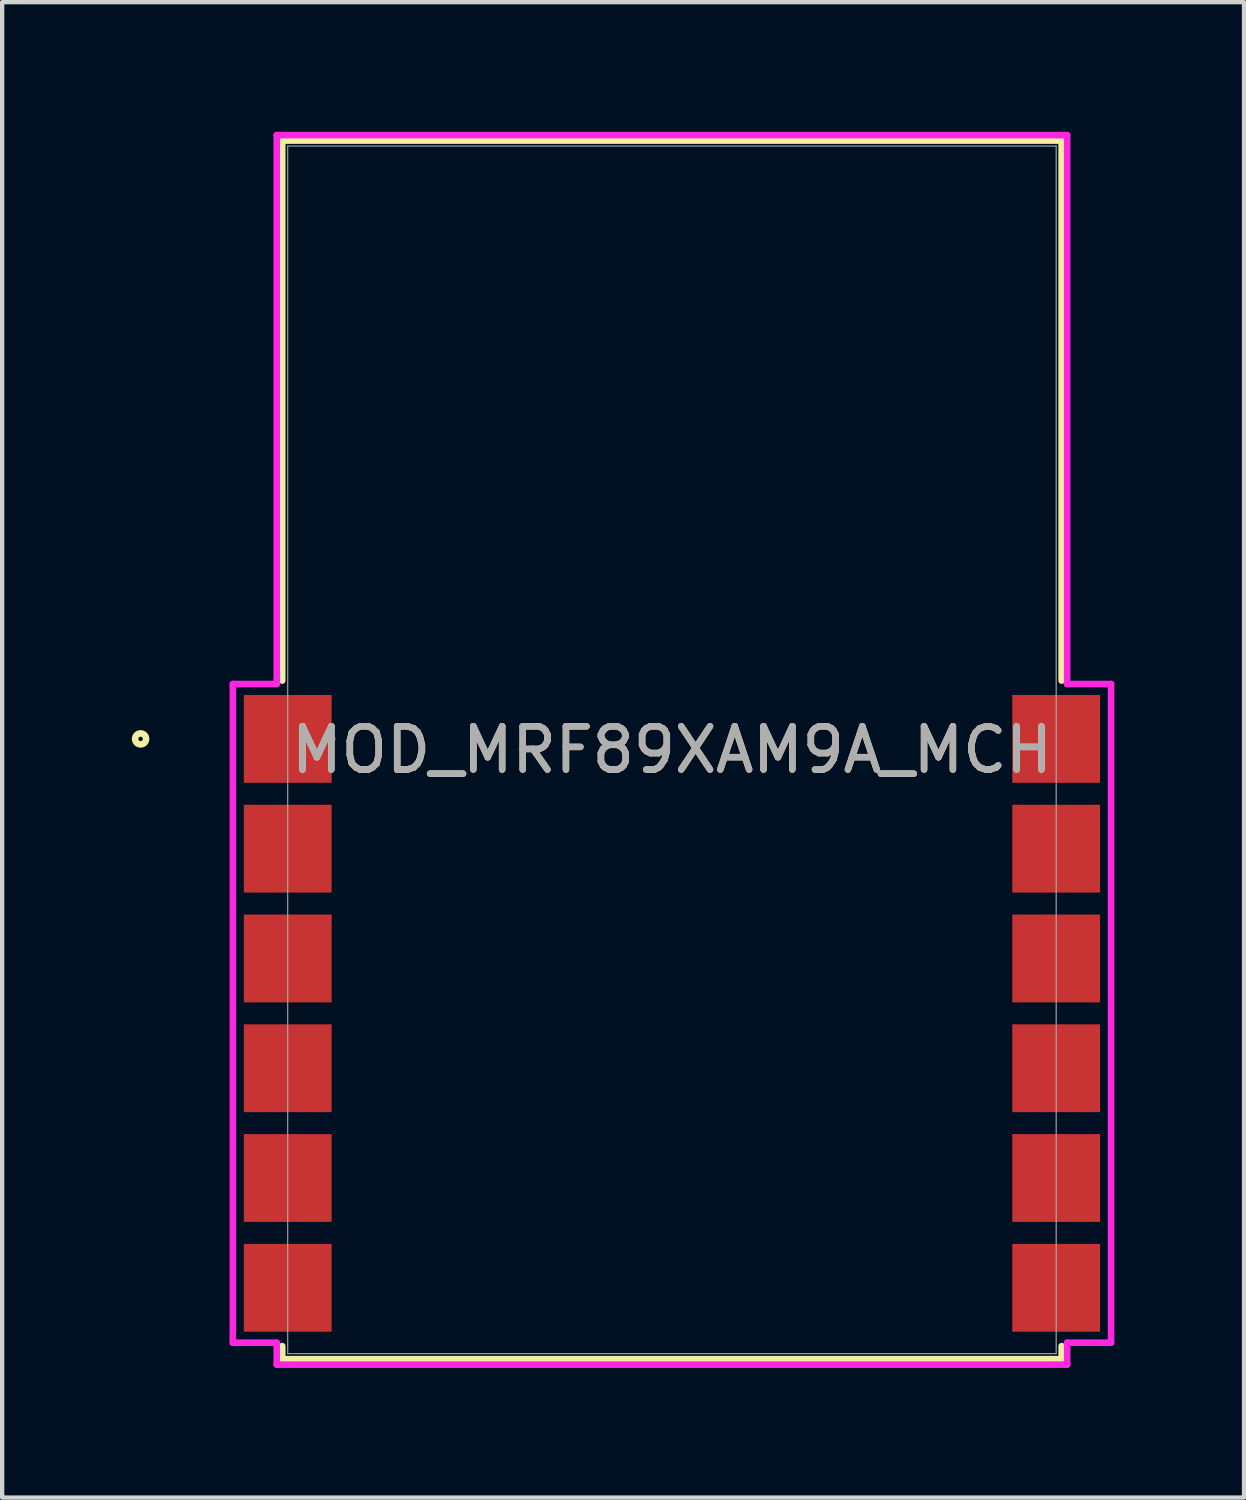
<source format=kicad_pcb>
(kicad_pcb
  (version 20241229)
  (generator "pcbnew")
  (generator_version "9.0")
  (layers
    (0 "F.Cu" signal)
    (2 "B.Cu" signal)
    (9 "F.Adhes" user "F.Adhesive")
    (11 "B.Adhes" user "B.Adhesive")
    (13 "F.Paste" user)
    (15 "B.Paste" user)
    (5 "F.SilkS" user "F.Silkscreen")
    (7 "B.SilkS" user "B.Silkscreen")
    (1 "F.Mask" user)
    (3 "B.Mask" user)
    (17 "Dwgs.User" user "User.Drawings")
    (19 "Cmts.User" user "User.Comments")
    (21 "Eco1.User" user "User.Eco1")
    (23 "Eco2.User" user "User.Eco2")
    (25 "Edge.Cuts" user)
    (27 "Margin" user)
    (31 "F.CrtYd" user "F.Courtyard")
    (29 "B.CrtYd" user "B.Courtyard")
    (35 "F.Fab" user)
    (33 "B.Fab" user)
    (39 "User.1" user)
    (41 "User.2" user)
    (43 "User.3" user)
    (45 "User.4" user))
  (footprint "MOD_MRF89XAM9A_MCH"
    (layer "F.Cu")
    (at 12.497 14.3)
    (property "Reference" "MOD_MRF89XAM9A_MCH" (at 0 0 0) (unlocked yes) (layer "F.SilkS") (effects (font (size 1 1) (thickness 0.15))))
    (attr smd)
    (fp_line (start -9.017 -14.097) (end 9.017 -14.097) (stroke (width 0.152) (type solid)) (layer "F.SilkS"))
    (fp_line (start -9.017 -1.603) (end -9.017 -14.097) (stroke (width 0.152) (type solid)) (layer "F.SilkS"))
    (fp_line (start -9.017 14.097) (end -9.017 13.795) (stroke (width 0.152) (type solid)) (layer "F.SilkS"))
    (fp_line (start 9.017 -14.097) (end 9.017 -1.603) (stroke (width 0.152) (type solid)) (layer "F.SilkS"))
    (fp_line (start 9.017 13.795) (end 9.017 14.097) (stroke (width 0.152) (type solid)) (layer "F.SilkS"))
    (fp_line (start 9.017 14.097) (end -9.017 14.097) (stroke (width 0.152) (type solid)) (layer "F.SilkS"))
    (fp_circle (center -12.294 -0.254) (end -12.167 -0.254) (stroke (width 0.152) (type solid)) (fill no) (layer "F.SilkS"))
    (fp_poly (pts (xy -8.89 -13.97) (xy -8.89 -2.032) (xy 8.89 -2.032) (xy 8.89 -13.97)) (stroke (width 0.1) (type solid)) (fill no) (layer "Eco2.User"))
    (fp_line (start -10.16 -1.524) (end -10.16 13.716) (stroke (width 0.152) (type solid)) (layer "F.CrtYd"))
    (fp_line (start -10.16 13.716) (end -9.144 13.716) (stroke (width 0.152) (type solid)) (layer "F.CrtYd"))
    (fp_line (start -9.144 -14.224) (end -9.144 -1.524) (stroke (width 0.152) (type solid)) (layer "F.CrtYd"))
    (fp_line (start -9.144 -1.524) (end -10.16 -1.524) (stroke (width 0.152) (type solid)) (layer "F.CrtYd"))
    (fp_line (start -9.144 13.716) (end -9.144 14.224) (stroke (width 0.152) (type solid)) (layer "F.CrtYd"))
    (fp_line (start -9.144 14.224) (end 9.144 14.224) (stroke (width 0.152) (type solid)) (layer "F.CrtYd"))
    (fp_line (start 9.144 -14.224) (end -9.144 -14.224) (stroke (width 0.152) (type solid)) (layer "F.CrtYd"))
    (fp_line (start 9.144 -1.524) (end 9.144 -14.224) (stroke (width 0.152) (type solid)) (layer "F.CrtYd"))
    (fp_line (start 9.144 13.716) (end 10.16 13.716) (stroke (width 0.152) (type solid)) (layer "F.CrtYd"))
    (fp_line (start 9.144 14.224) (end 9.144 13.716) (stroke (width 0.152) (type solid)) (layer "F.CrtYd"))
    (fp_line (start 10.16 -1.524) (end 9.144 -1.524) (stroke (width 0.152) (type solid)) (layer "F.CrtYd"))
    (fp_line (start 10.16 13.716) (end 10.16 -1.524) (stroke (width 0.152) (type solid)) (layer "F.CrtYd"))
    (fp_line (start -8.89 -13.97) (end -8.89 13.97) (stroke (width 0.025) (type solid)) (layer "F.Fab"))
    (fp_line (start -8.89 13.97) (end 8.89 13.97) (stroke (width 0.025) (type solid)) (layer "F.Fab"))
    (fp_line (start 8.89 -13.97) (end -8.89 -13.97) (stroke (width 0.025) (type solid)) (layer "F.Fab"))
    (fp_line (start 8.89 13.97) (end 8.89 -13.97) (stroke (width 0.025) (type solid)) (layer "F.Fab"))
    (fp_circle (center -7.874 -0.254) (end -7.798 -0.254) (stroke (width 0.025) (type solid)) (fill no) (layer "F.Fab"))
    (fp_text user "${REFERENCE}" (at 0 0 0) (unlocked yes) (layer "F.Fab") (effects (font (size 1 1) (thickness 0.15))))
    (pad "1" smd rect (at -8.89 -0.254) (size 2.032 2.032) (layers "F.Cu" "F.Mask" "F.Paste"))
    (pad "2" smd rect (at -8.89 2.286) (size 2.032 2.032) (layers "F.Cu" "F.Mask" "F.Paste"))
    (pad "3" smd rect (at -8.89 4.826) (size 2.032 2.032) (layers "F.Cu" "F.Mask" "F.Paste"))
    (pad "4" smd rect (at -8.89 7.366) (size 2.032 2.032) (layers "F.Cu" "F.Mask" "F.Paste"))
    (pad "5" smd rect (at -8.89 9.906) (size 2.032 2.032) (layers "F.Cu" "F.Mask" "F.Paste"))
    (pad "6" smd rect (at -8.89 12.446) (size 2.032 2.032) (layers "F.Cu" "F.Mask" "F.Paste"))
    (pad "7" smd rect (at 8.89 12.446) (size 2.032 2.032) (layers "F.Cu" "F.Mask" "F.Paste"))
    (pad "8" smd rect (at 8.89 9.906) (size 2.032 2.032) (layers "F.Cu" "F.Mask" "F.Paste"))
    (pad "9" smd rect (at 8.89 7.366) (size 2.032 2.032) (layers "F.Cu" "F.Mask" "F.Paste"))
    (pad "10" smd rect (at 8.89 4.826) (size 2.032 2.032) (layers "F.Cu" "F.Mask" "F.Paste"))
    (pad "11" smd rect (at 8.89 2.286) (size 2.032 2.032) (layers "F.Cu" "F.Mask" "F.Paste"))
    (pad "12" smd rect (at 8.89 -0.254) (size 2.032 2.032) (layers "F.Cu" "F.Mask" "F.Paste")))
  (gr_rect
    (start -3 -3)
    (end 25.733 31.6)
    (stroke (width 0.1) (type default))
    (fill no)
    (layer "Edge.Cuts")))
</source>
